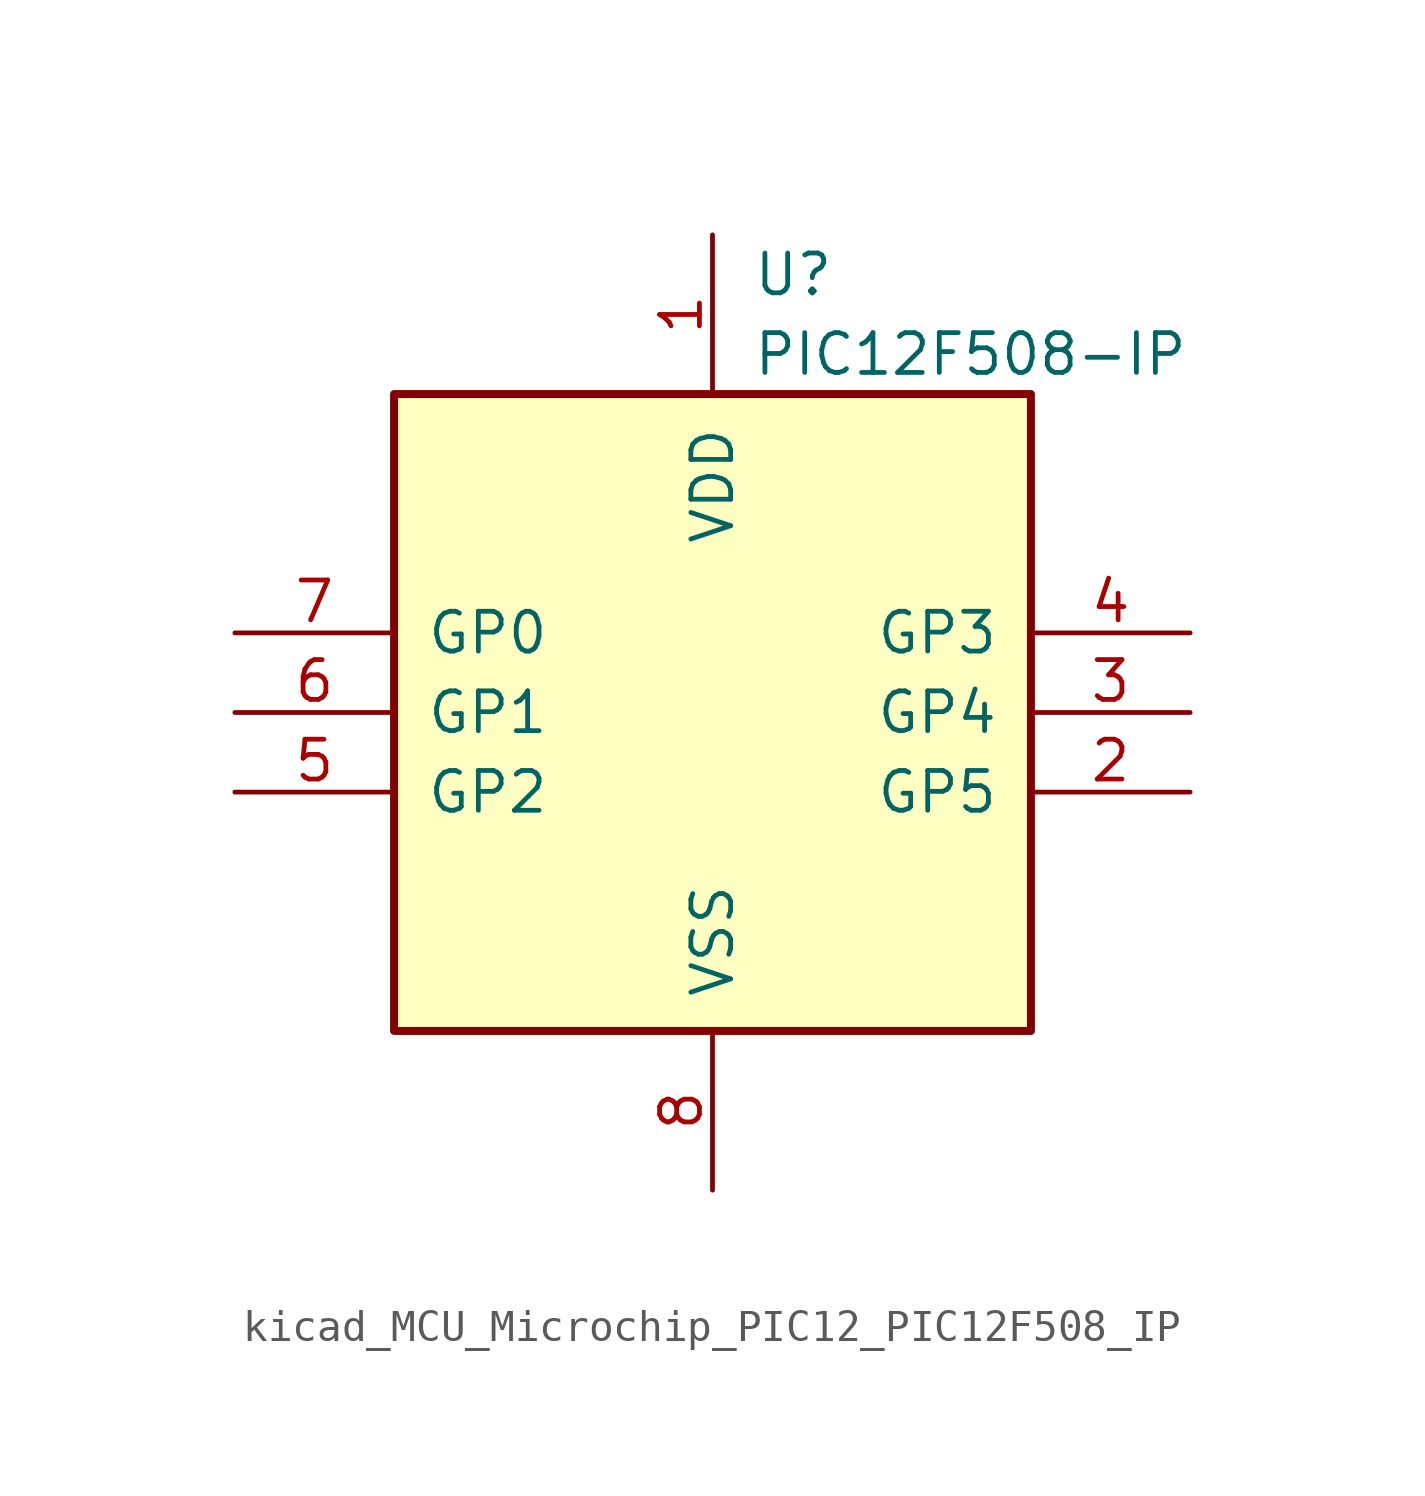
<source format=kicad_sym>
(kicad_symbol_lib
  (version 20220914)
  (generator kicad_symbol_editor)
  (symbol "kicad_MCU_Microchip_PIC12_PIC12F508_IP"
    (pin_names
      (offset 1.016))
    (property "Reference" "U"
      (at 1.27 13.97 0)
      (effects (font (size 1.27 1.27)) (justify left)))
    (property "Value" "PIC12F508-IP"
      (at 1.27 11.43 0)
      (effects (font (size 1.27 1.27)) (justify left)))
    (symbol "kicad_MCU_Microchip_PIC12_PIC12F508_IP_0_1"
      (rectangle (start 10.16 -10.16) (end -10.16 10.16) (stroke (width 0.254) (type default)) (fill (type background))))
    (symbol "kicad_MCU_Microchip_PIC12_PIC12F508_IP_1_1"
      (pin power_in line (at 0 15.24 270) (length 5.08) (name "VDD" (effects (font (size 1.27 1.27)))) (number "1" (effects (font (size 1.27 1.27)))))
      (pin bidirectional line (at 15.24 -2.54 180) (length 5.08) (name "GP5" (effects (font (size 1.27 1.27)))) (number "2" (effects (font (size 1.27 1.27)))))
      (pin bidirectional line (at 15.24 0 180) (length 5.08) (name "GP4" (effects (font (size 1.27 1.27)))) (number "3" (effects (font (size 1.27 1.27)))))
      (pin input line (at 15.24 2.54 180) (length 5.08) (name "GP3" (effects (font (size 1.27 1.27)))) (number "4" (effects (font (size 1.27 1.27)))))
      (pin bidirectional line (at -15.24 -2.54 0) (length 5.08) (name "GP2" (effects (font (size 1.27 1.27)))) (number "5" (effects (font (size 1.27 1.27)))))
      (pin bidirectional line (at -15.24 0 0) (length 5.08) (name "GP1" (effects (font (size 1.27 1.27)))) (number "6" (effects (font (size 1.27 1.27)))))
      (pin bidirectional line (at -15.24 2.54 0) (length 5.08) (name "GP0" (effects (font (size 1.27 1.27)))) (number "7" (effects (font (size 1.27 1.27)))))
      (pin power_in line (at 0 -15.24 90) (length 5.08) (name "VSS" (effects (font (size 1.27 1.27)))) (number "8" (effects (font (size 1.27 1.27))))))))
</source>
